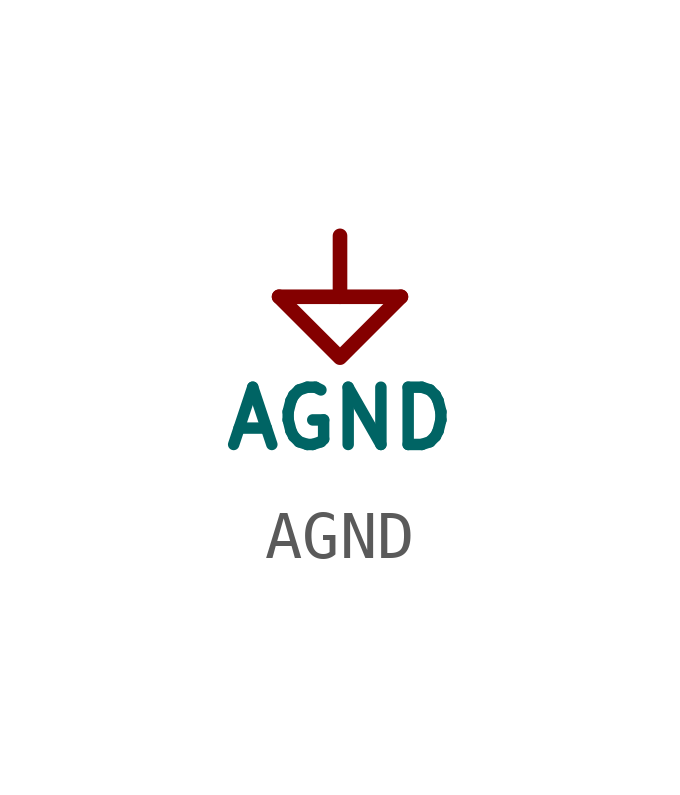
<source format=kicad_sym>
(kicad_symbol_lib
  (version 20220914)
  (generator kicad_symbol_editor)
  (symbol "AGND"
    (power)
    (pin_names
      (offset 0))
    (property "Reference" "#AGND"
      (at 0 -5.08 0)
      (effects (font (size 0.991 0.991)) hide))
    (property "Value" "AGND"
      (at 0 -3.81 0)
      (effects (font (size 1.194 1.194) bold)))
    (property "Footprint" ""
      (at 0 0 0)
      (effects (font (size 1.524 1.524))))
    (property "Datasheet" ""
      (at 0 0 0)
      (effects (font (size 1.524 1.524))))
    (symbol "AGND_0_0"
      (polyline (pts (xy -1.27 -1.27) (xy 1.27 -1.27)) (stroke (width 0.305) (type default)) (fill (type none)))
      (polyline (pts (xy 0 -1.27) (xy 0 0)) (stroke (width 0.305) (type default)) (fill (type none)))
      (polyline (pts (xy 1.27 -1.27) (xy 0 -2.54) (xy -1.27 -1.27)) (stroke (width 0.305) (type default)) (fill (type none)))
      (pin power_in line (at 0 0 270) (length 0) hide (name "AGND" (effects (font (size 1.27 1.27)))) (number "1" (effects (font (size 1.27 1.27))))))))
</source>
